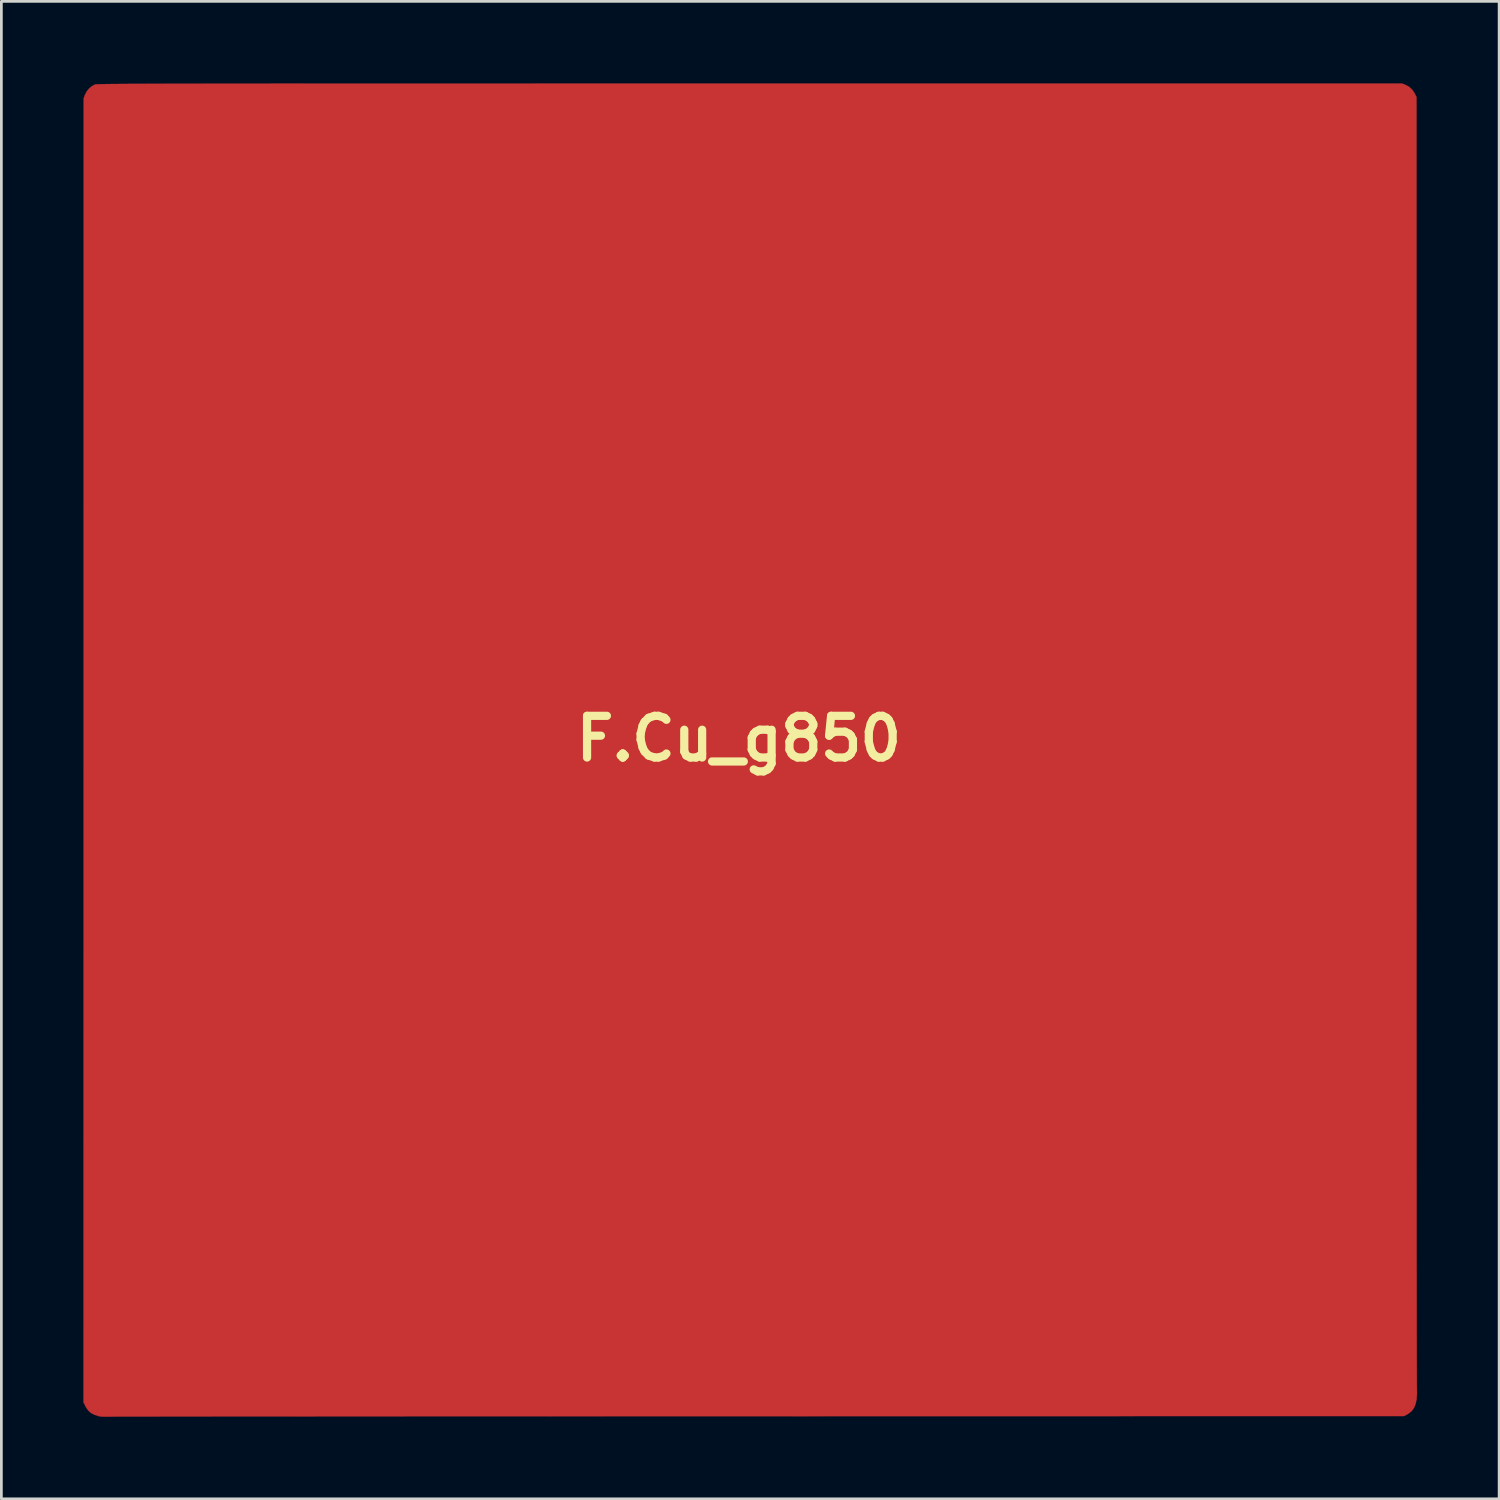
<source format=kicad_pcb>
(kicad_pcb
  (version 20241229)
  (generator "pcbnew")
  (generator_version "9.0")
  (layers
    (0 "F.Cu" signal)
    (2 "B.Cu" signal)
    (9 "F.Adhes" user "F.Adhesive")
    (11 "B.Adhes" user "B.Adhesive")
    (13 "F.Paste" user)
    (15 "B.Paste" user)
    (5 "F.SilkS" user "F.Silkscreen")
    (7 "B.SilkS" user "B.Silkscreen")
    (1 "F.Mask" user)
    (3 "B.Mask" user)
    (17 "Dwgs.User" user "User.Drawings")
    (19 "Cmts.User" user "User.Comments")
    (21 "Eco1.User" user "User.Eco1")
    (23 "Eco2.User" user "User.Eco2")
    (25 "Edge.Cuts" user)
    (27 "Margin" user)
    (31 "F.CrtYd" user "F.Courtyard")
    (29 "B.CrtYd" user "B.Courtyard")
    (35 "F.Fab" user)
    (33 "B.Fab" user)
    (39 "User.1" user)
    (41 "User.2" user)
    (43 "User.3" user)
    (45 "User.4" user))
  (footprint "F.Cu_g850"
    (layer "F.Cu")
    (at 23.974 23.967)
    (property "Reference" "F.Cu_g850" (at 0 0 0) (layer "F.SilkS") (effects (font (size 1.524 1.524) (thickness 0.3))))
    (attr through_hole)
    (fp_poly (pts (xy 24.367 -23.919) (xy 24.513 -23.843) (xy 24.632 -23.734) (xy 24.721 -23.597) (xy 24.786 -23.467) (xy 24.786 -0.019) (xy 24.786 0.978) (xy 24.786 1.966) (xy 24.786 2.942) (xy 24.786 3.908) (xy 24.786 4.861) (xy 24.786 5.801) (xy 24.787 6.727) (xy 24.787 7.638) (xy 24.787 8.533) (xy 24.787 9.411) (xy 24.787 10.272) (xy 24.788 11.114) (xy 24.788 11.937) (xy 24.788 12.74) (xy 24.788 13.522) (xy 24.789 14.282) (xy 24.789 15.02) (xy 24.789 15.733) (xy 24.79 16.423) (xy 24.79 17.086) (xy 24.791 17.724) (xy 24.791 18.335) (xy 24.791 18.917) (xy 24.792 19.471) (xy 24.792 19.996) (xy 24.793 20.489) (xy 24.793 20.951) (xy 24.794 21.381) (xy 24.794 21.778) (xy 24.795 22.141) (xy 24.795 22.469) (xy 24.796 22.761) (xy 24.796 23.017) (xy 24.797 23.235) (xy 24.798 23.415) (xy 24.798 23.556) (xy 24.799 23.656) (xy 24.799 23.716) (xy 24.8 23.732) (xy 24.803 23.963) (xy 24.789 24.159) (xy 24.756 24.323) (xy 24.704 24.459) (xy 24.63 24.57) (xy 24.534 24.659) (xy 24.439 24.719) (xy 24.331 24.776) (xy 0.921 24.781) (xy -0.076 24.781) (xy -1.064 24.781) (xy -2.041 24.782) (xy -3.007 24.782) (xy -3.96 24.782) (xy -4.901 24.783) (xy -5.828 24.783) (xy -6.739 24.783) (xy -7.636 24.784) (xy -8.515 24.784) (xy -9.377 24.784) (xy -10.221 24.785) (xy -11.046 24.785) (xy -11.851 24.785) (xy -12.635 24.786) (xy -13.397 24.786) (xy -14.136 24.787) (xy -14.852 24.787) (xy -15.543 24.788) (xy -16.209 24.788) (xy -16.85 24.789) (xy -17.463 24.789) (xy -18.048 24.789) (xy -18.604 24.79) (xy -19.131 24.79) (xy -19.627 24.791) (xy -20.092 24.791) (xy -20.525 24.792) (xy -20.924 24.792) (xy -21.29 24.793) (xy -21.62 24.793) (xy -21.915 24.794) (xy -22.174 24.794) (xy -22.394 24.795) (xy -22.577 24.795) (xy -22.72 24.795) (xy -22.823 24.796) (xy -22.886 24.796) (xy -22.902 24.797) (xy -23.067 24.8) (xy -23.195 24.8) (xy -23.292 24.796) (xy -23.365 24.789) (xy -23.42 24.779) (xy -23.421 24.778) (xy -23.577 24.726) (xy -23.699 24.661) (xy -23.795 24.576) (xy -23.872 24.465) (xy -23.9 24.413) (xy -23.969 24.274) (xy -23.964 -23.421) (xy -23.917 -23.548) (xy -23.856 -23.666) (xy -23.769 -23.776) (xy -23.665 -23.865) (xy -23.555 -23.923) (xy -23.549 -23.925) (xy -23.542 -23.927) (xy -23.53 -23.929) (xy -23.514 -23.93) (xy -23.492 -23.932) (xy -23.463 -23.934) (xy -23.427 -23.935) (xy -23.383 -23.936) (xy -23.331 -23.938) (xy -23.269 -23.939) (xy -23.198 -23.94) (xy -23.115 -23.942) (xy -23.021 -23.943) (xy -22.915 -23.944) (xy -22.795 -23.945) (xy -22.662 -23.946) (xy -22.515 -23.947) (xy -22.352 -23.948) (xy -22.174 -23.949) (xy -21.979 -23.95) (xy -21.767 -23.95) (xy -21.536 -23.951) (xy -21.287 -23.952) (xy -21.019 -23.953) (xy -20.73 -23.953) (xy -20.42 -23.954) (xy -20.089 -23.954) (xy -19.735 -23.955) (xy -19.359 -23.956) (xy -18.958 -23.956) (xy -18.533 -23.956) (xy -18.082 -23.957) (xy -17.606 -23.957) (xy -17.103 -23.958) (xy -16.572 -23.958) (xy -16.014 -23.958) (xy -15.426 -23.959) (xy -14.809 -23.959) (xy -14.161 -23.959) (xy -13.483 -23.959) (xy -12.772 -23.96) (xy -12.029 -23.96) (xy -11.253 -23.96) (xy -10.443 -23.96) (xy -9.599 -23.96) (xy -8.719 -23.96) (xy -7.802 -23.96) (xy -6.849 -23.961) (xy -5.859 -23.961) (xy -4.83 -23.961) (xy -3.762 -23.961) (xy -2.654 -23.961) (xy -1.506 -23.961) (xy -0.317 -23.961) (xy 0.403 -23.961) (xy 24.252 -23.962) (xy 24.367 -23.919)) (stroke (width 0.01) (type solid)) (fill yes) (layer "F.Cu")))
  (gr_rect
    (start -3 -3)
    (end 51.782 51.772)
    (stroke (width 0.1) (type default))
    (fill no)
    (layer "Edge.Cuts")))
</source>
